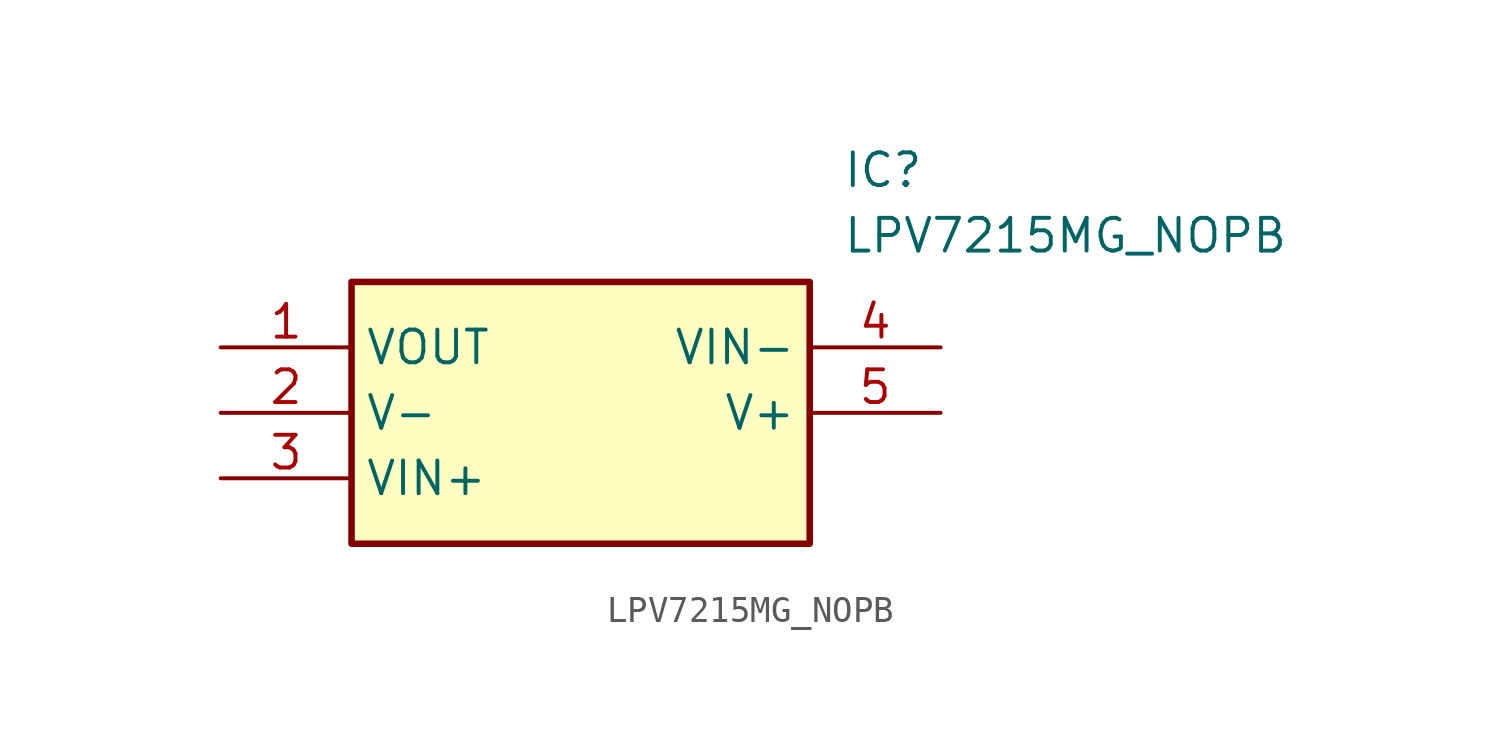
<source format=kicad_sym>
(kicad_symbol_lib
  (version 20211014)
  (generator SamacSys_ECAD_Model)
  (symbol "LPV7215MG_NOPB"
    (property "Reference" "IC"
      (at 24.13 7.62 0)
      (effects (font (size 1.27 1.27)) (justify left top)))
    (property "Value" "LPV7215MG_NOPB"
      (at 24.13 5.08 0)
      (effects (font (size 1.27 1.27)) (justify left top)))
    (rectangle
      (start 5.08 2.54)
      (end 22.86 -7.62)
      (stroke (width 0.254) (type default))
      (fill (type background)))
    (pin output line
      (at 0 0 0)
      (length 5.08)
      (name "VOUT" (effects (font (size 1.27 1.27))))
      (number "1" (effects (font (size 1.27 1.27)))))
    (pin passive line
      (at 0 -2.54 0)
      (length 5.08)
      (name "V-" (effects (font (size 1.27 1.27))))
      (number "2" (effects (font (size 1.27 1.27)))))
    (pin input line
      (at 0 -5.08 0)
      (length 5.08)
      (name "VIN+" (effects (font (size 1.27 1.27))))
      (number "3" (effects (font (size 1.27 1.27)))))
    (pin input line
      (at 27.94 0 180)
      (length 5.08)
      (name "VIN-" (effects (font (size 1.27 1.27))))
      (number "4" (effects (font (size 1.27 1.27)))))
    (pin passive line
      (at 27.94 -2.54 180)
      (length 5.08)
      (name "V+" (effects (font (size 1.27 1.27))))
      (number "5" (effects (font (size 1.27 1.27)))))))
</source>
